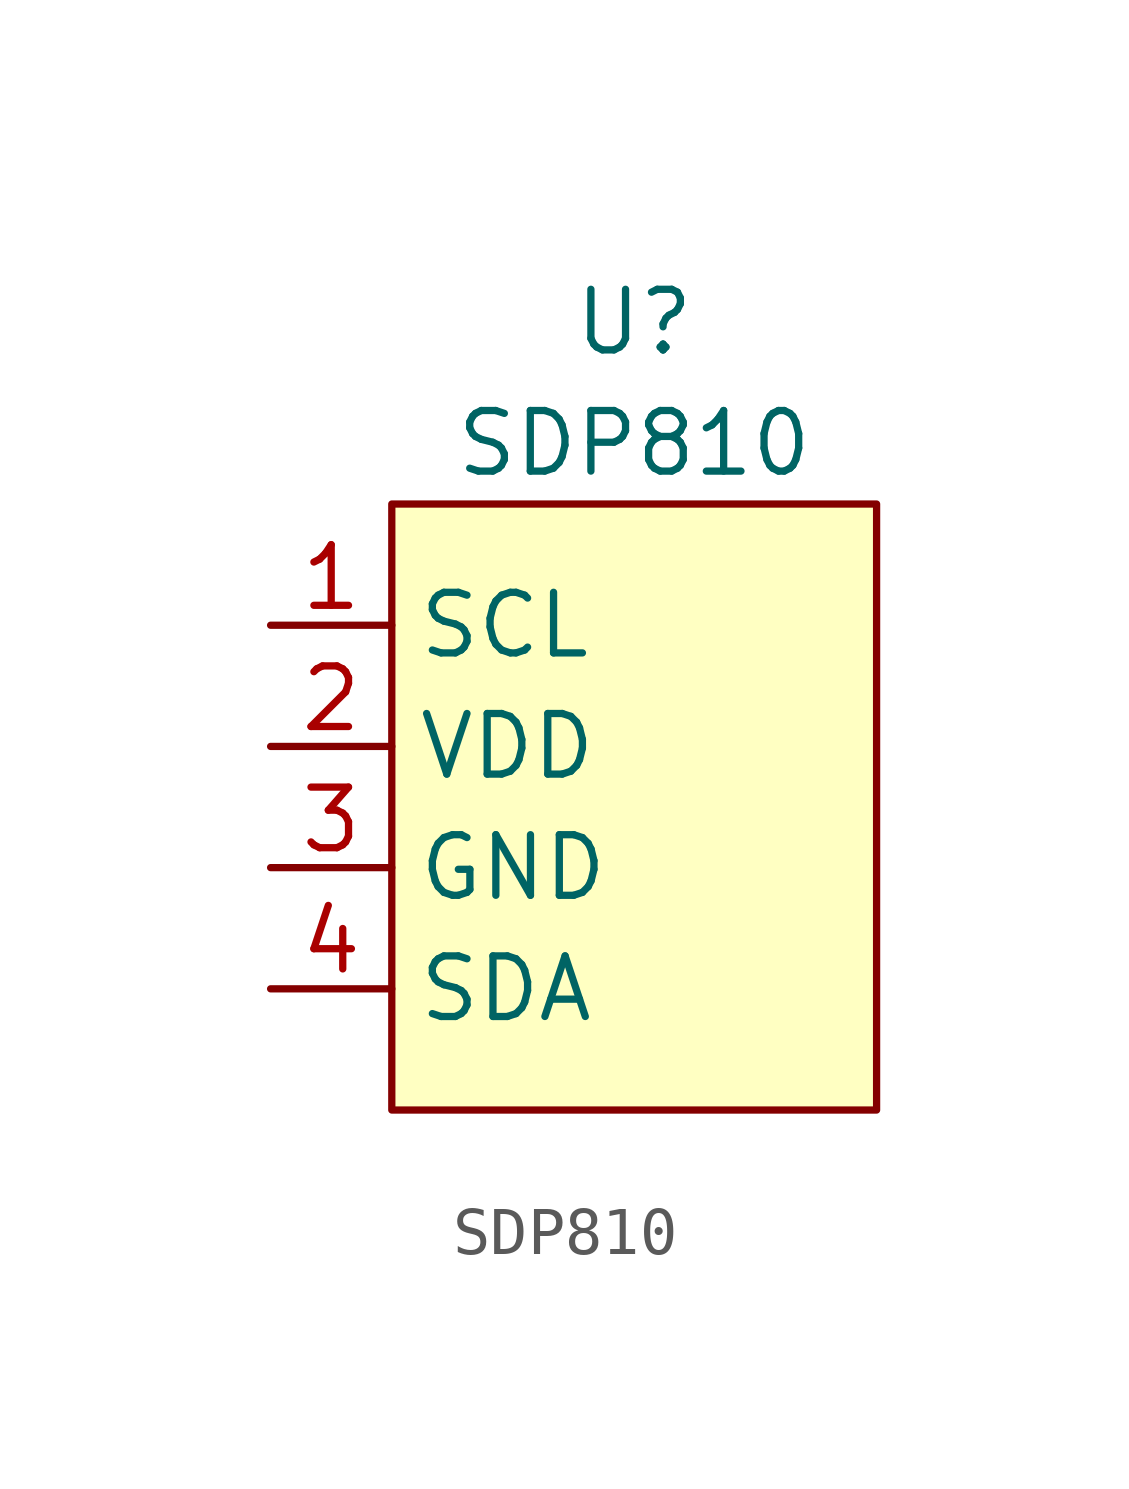
<source format=kicad_sym>
(kicad_symbol_lib
  (version 20211014)
  (generator kicad_symbol_editor)
  (symbol "SDP810"
    (property "Reference" "U"
      (at -5.08 3.81 0)
      (effects (font (size 1.27 1.27))))
    (property "Value" "SDP810"
      (at -5.08 1.27 0)
      (effects (font (size 1.27 1.27))))
    (symbol "SDP810_0_1"
      (rectangle (start -10.16 0) (end 0 -12.7) (stroke (width 0) (type default) (color 0 0 0 0)) (fill (type background))))
    (symbol "SDP810_1_1"
      (pin input line (at -12.7 -2.54 0) (length 2.54) (name "SCL" (effects (font (size 1.27 1.27)))) (number "1" (effects (font (size 1.27 1.27)))))
      (pin power_in line (at -12.7 -5.08 0) (length 2.54) (name "VDD" (effects (font (size 1.27 1.27)))) (number "2" (effects (font (size 1.27 1.27)))))
      (pin power_in line (at -12.7 -7.62 0) (length 2.54) (name "GND" (effects (font (size 1.27 1.27)))) (number "3" (effects (font (size 1.27 1.27)))))
      (pin input line (at -12.7 -10.16 0) (length 2.54) (name "SDA" (effects (font (size 1.27 1.27)))) (number "4" (effects (font (size 1.27 1.27))))))))
</source>
